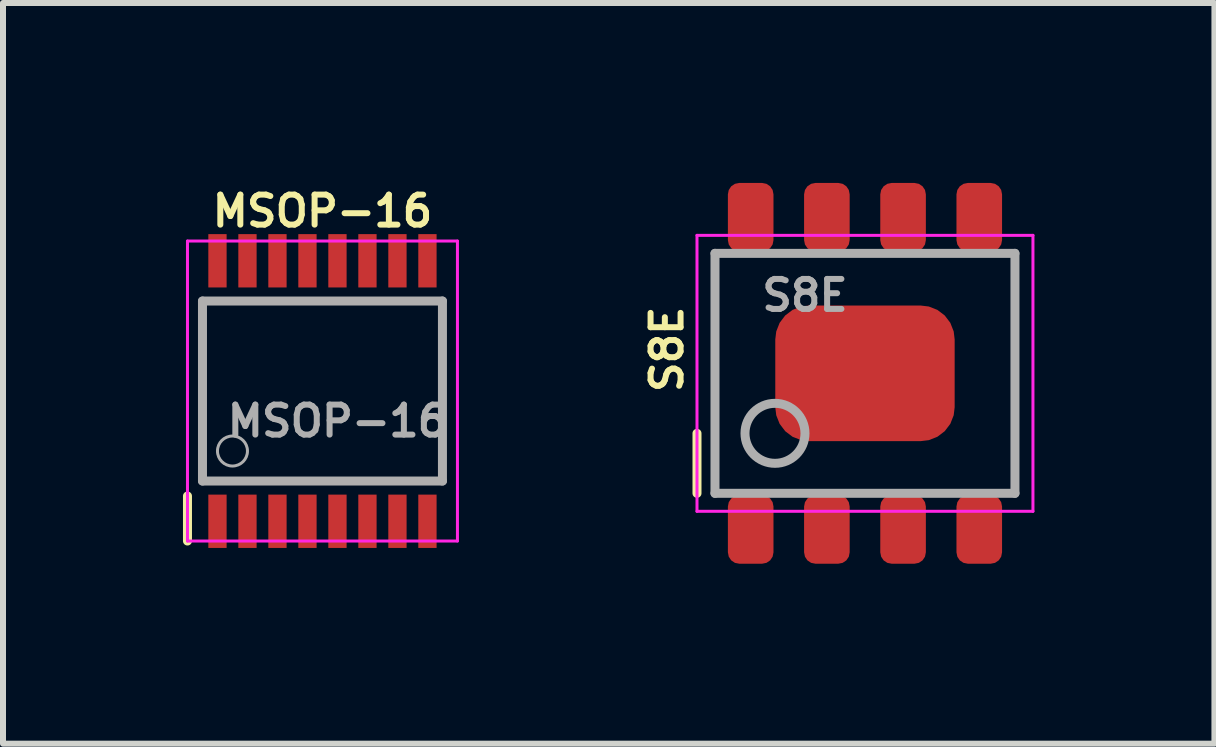
<source format=kicad_pcb>
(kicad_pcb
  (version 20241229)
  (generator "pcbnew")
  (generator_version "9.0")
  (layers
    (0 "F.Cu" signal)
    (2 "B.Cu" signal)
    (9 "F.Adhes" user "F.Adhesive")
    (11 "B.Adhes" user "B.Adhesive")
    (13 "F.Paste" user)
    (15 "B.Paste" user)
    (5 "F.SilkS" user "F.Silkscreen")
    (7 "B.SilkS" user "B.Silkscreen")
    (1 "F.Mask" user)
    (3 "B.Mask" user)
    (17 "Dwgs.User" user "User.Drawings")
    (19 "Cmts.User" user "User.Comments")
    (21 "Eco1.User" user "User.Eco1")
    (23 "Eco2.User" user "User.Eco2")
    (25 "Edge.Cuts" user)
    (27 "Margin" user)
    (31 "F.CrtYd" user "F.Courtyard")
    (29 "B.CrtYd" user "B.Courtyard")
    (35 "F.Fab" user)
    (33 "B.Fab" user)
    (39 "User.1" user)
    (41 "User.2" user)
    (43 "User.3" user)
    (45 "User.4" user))
  (footprint "S8E"
    (layer "F.Cu")
    (at 11.368 3.173)
    (property "Reference" "S8E" (at -3.3 -0.4 90) (layer "F.SilkS") (effects (font (size 0.5 0.5) (thickness 0.1))))
    (attr smd)
    (fp_line (start -2.8 1) (end -2.8 2) (stroke (width 0.15) (type solid)) (layer "F.SilkS"))
    (fp_line (start -2.8 -2.3) (end 2.8 -2.3) (stroke (width 0.05) (type solid)) (layer "F.CrtYd"))
    (fp_line (start -2.8 2.3) (end -2.8 -2.3) (stroke (width 0.05) (type solid)) (layer "F.CrtYd"))
    (fp_line (start -2.8 2.3) (end 2.8 2.3) (stroke (width 0.05) (type solid)) (layer "F.CrtYd"))
    (fp_line (start 2.8 2.3) (end 2.8 -2.3) (stroke (width 0.05) (type solid)) (layer "F.CrtYd"))
    (fp_line (start -2.5 -2) (end -2.5 2) (stroke (width 0.15) (type solid)) (layer "F.Fab"))
    (fp_line (start -2.5 2) (end 2.5 2) (stroke (width 0.15) (type solid)) (layer "F.Fab"))
    (fp_line (start 2.5 -2) (end -2.5 -2) (stroke (width 0.15) (type solid)) (layer "F.Fab"))
    (fp_line (start 2.5 2) (end 2.5 -2) (stroke (width 0.15) (type solid)) (layer "F.Fab"))
    (fp_circle (center -1.5 1) (end -1.5 1.5) (stroke (width 0.15) (type solid)) (fill no) (layer "F.Fab"))
    (fp_text user "${REFERENCE}" (at -1 -1.3 0) (layer "F.Fab") (effects (font (size 0.5 0.5) (thickness 0.1))))
    (pad "1" smd roundrect (at -1.905 2.602) (size 0.76 1.143) (layers "F.Cu" "F.Mask" "F.Paste") (roundrect_rratio 0.25))
    (pad "2" smd roundrect (at -0.635 2.602) (size 0.76 1.143) (layers "F.Cu" "F.Mask" "F.Paste") (roundrect_rratio 0.25))
    (pad "3" smd roundrect (at 0.635 2.602) (size 0.76 1.143) (layers "F.Cu" "F.Mask" "F.Paste") (roundrect_rratio 0.25))
    (pad "4" smd roundrect (at 1.905 2.602) (size 0.76 1.143) (layers "F.Cu" "F.Mask" "F.Paste") (roundrect_rratio 0.25))
    (pad "5" smd roundrect (at 1.905 -2.602) (size 0.76 1.143) (layers "F.Cu" "F.Mask" "F.Paste") (roundrect_rratio 0.25))
    (pad "6" smd roundrect (at 0.635 -2.602) (size 0.76 1.143) (layers "F.Cu" "F.Mask" "F.Paste") (roundrect_rratio 0.25))
    (pad "7" smd roundrect (at -0.635 -2.602) (size 0.76 1.143) (layers "F.Cu" "F.Mask" "F.Paste") (roundrect_rratio 0.25))
    (pad "8" smd roundrect (at -1.905 -2.602) (size 0.76 1.143) (layers "F.Cu" "F.Mask" "F.Paste") (roundrect_rratio 0.25))
    (pad "9" smd roundrect (at 0 0) (size 2.99 2.26) (layers "F.Cu" "F.Mask" "F.Paste") (roundrect_rratio 0.25)))
  (footprint "MSOP-16"
    (layer "F.Cu")
    (at 2.325 3.468)
    (property "Reference" "MSOP-16" (at 0 -3 0) (layer "F.SilkS") (effects (font (size 0.5 0.5) (thickness 0.1))))
    (attr smd)
    (fp_line (start -2.25 1.75) (end -2.25 2.5) (stroke (width 0.15) (type solid)) (layer "F.SilkS"))
    (fp_line (start -2.25 -2.5) (end 2.25 -2.5) (stroke (width 0.05) (type solid)) (layer "F.CrtYd"))
    (fp_line (start -2.25 2.5) (end -2.25 -2.5) (stroke (width 0.05) (type solid)) (layer "F.CrtYd"))
    (fp_line (start -2.25 2.5) (end 2.25 2.5) (stroke (width 0.05) (type solid)) (layer "F.CrtYd"))
    (fp_line (start 2.25 2.5) (end 2.25 -2.5) (stroke (width 0.05) (type solid)) (layer "F.CrtYd"))
    (fp_line (start -2 -1.5) (end -2 1.5) (stroke (width 0.15) (type solid)) (layer "F.Fab"))
    (fp_line (start -2 1.5) (end 2 1.5) (stroke (width 0.15) (type solid)) (layer "F.Fab"))
    (fp_line (start 2 -1.5) (end -2 -1.5) (stroke (width 0.15) (type solid)) (layer "F.Fab"))
    (fp_line (start 2 1.5) (end 2 -1.5) (stroke (width 0.15) (type solid)) (layer "F.Fab"))
    (fp_circle (center -1.5 1) (end -1.75 1) (stroke (width 0.05) (type solid)) (fill no) (layer "F.Fab"))
    (fp_text user "${REFERENCE}" (at 0.25 0.5 0) (layer "F.Fab") (effects (font (size 0.5 0.5) (thickness 0.1))))
    (pad "1" smd rect (at -1.75 2.171) (size 0.305 0.889) (layers "F.Cu" "F.Mask" "F.Paste"))
    (pad "2" smd rect (at -1.25 2.171) (size 0.305 0.889) (layers "F.Cu" "F.Mask" "F.Paste"))
    (pad "3" smd rect (at -0.75 2.171) (size 0.305 0.889) (layers "F.Cu" "F.Mask" "F.Paste"))
    (pad "4" smd rect (at -0.25 2.171) (size 0.305 0.889) (layers "F.Cu" "F.Mask" "F.Paste"))
    (pad "5" smd rect (at 0.25 2.171) (size 0.305 0.889) (layers "F.Cu" "F.Mask" "F.Paste"))
    (pad "6" smd rect (at 0.75 2.171) (size 0.305 0.889) (layers "F.Cu" "F.Mask" "F.Paste"))
    (pad "7" smd rect (at 1.25 2.171) (size 0.305 0.889) (layers "F.Cu" "F.Mask" "F.Paste"))
    (pad "8" smd rect (at 1.75 2.171) (size 0.305 0.889) (layers "F.Cu" "F.Mask" "F.Paste"))
    (pad "9" smd rect (at 1.75 -2.171) (size 0.305 0.889) (layers "F.Cu" "F.Mask" "F.Paste"))
    (pad "10" smd rect (at 1.25 -2.171) (size 0.305 0.889) (layers "F.Cu" "F.Mask" "F.Paste"))
    (pad "11" smd rect (at 0.75 -2.171) (size 0.305 0.889) (layers "F.Cu" "F.Mask" "F.Paste"))
    (pad "12" smd rect (at 0.25 -2.171) (size 0.305 0.889) (layers "F.Cu" "F.Mask" "F.Paste"))
    (pad "13" smd rect (at -0.25 -2.171) (size 0.305 0.889) (layers "F.Cu" "F.Mask" "F.Paste"))
    (pad "14" smd rect (at -0.75 -2.171) (size 0.305 0.889) (layers "F.Cu" "F.Mask" "F.Paste"))
    (pad "15" smd rect (at -1.25 -2.171) (size 0.305 0.889) (layers "F.Cu" "F.Mask" "F.Paste"))
    (pad "16" smd rect (at -1.75 -2.171) (size 0.305 0.889) (layers "F.Cu" "F.Mask" "F.Paste")))
  (gr_rect
    (start -3 -3)
    (end 17.193 9.346)
    (stroke (width 0.1) (type default))
    (fill no)
    (layer "Edge.Cuts")))
</source>
